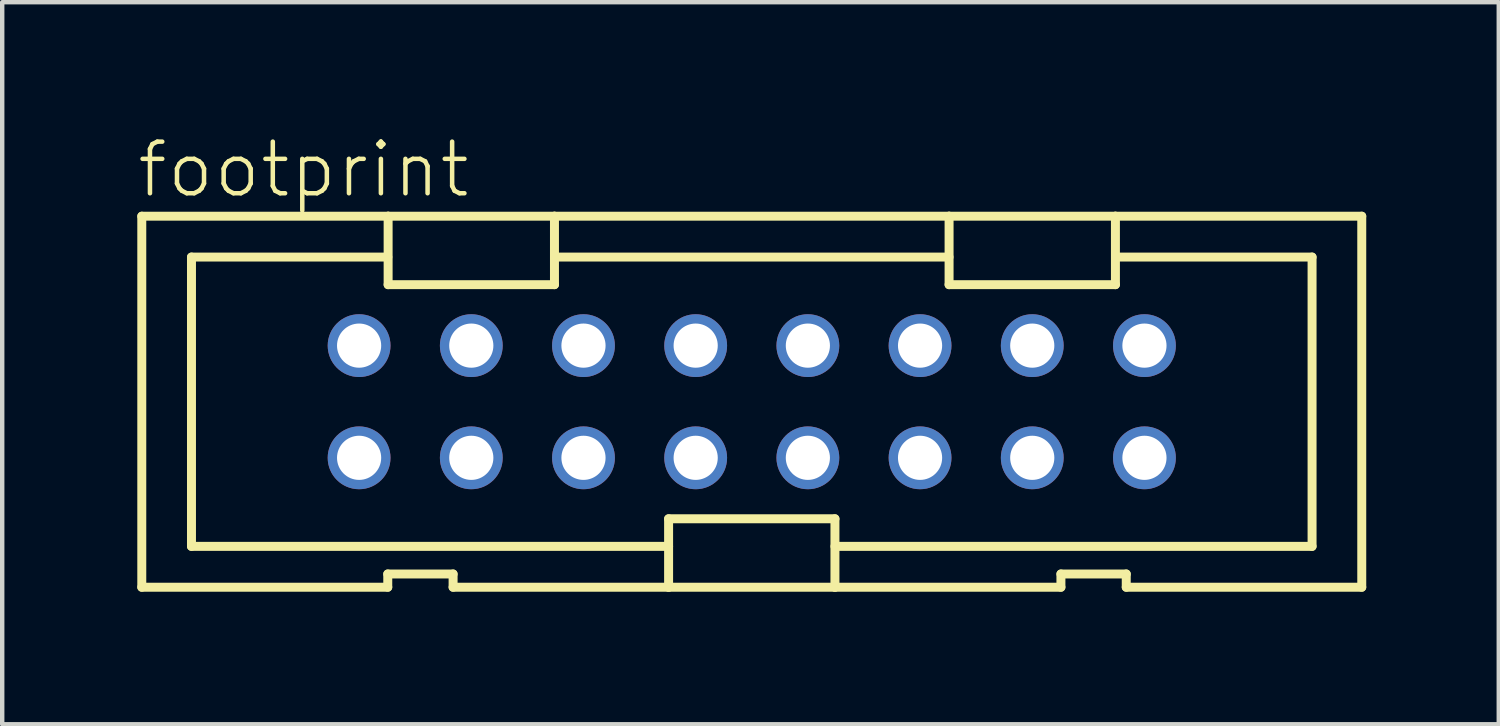
<source format=kicad_pcb>
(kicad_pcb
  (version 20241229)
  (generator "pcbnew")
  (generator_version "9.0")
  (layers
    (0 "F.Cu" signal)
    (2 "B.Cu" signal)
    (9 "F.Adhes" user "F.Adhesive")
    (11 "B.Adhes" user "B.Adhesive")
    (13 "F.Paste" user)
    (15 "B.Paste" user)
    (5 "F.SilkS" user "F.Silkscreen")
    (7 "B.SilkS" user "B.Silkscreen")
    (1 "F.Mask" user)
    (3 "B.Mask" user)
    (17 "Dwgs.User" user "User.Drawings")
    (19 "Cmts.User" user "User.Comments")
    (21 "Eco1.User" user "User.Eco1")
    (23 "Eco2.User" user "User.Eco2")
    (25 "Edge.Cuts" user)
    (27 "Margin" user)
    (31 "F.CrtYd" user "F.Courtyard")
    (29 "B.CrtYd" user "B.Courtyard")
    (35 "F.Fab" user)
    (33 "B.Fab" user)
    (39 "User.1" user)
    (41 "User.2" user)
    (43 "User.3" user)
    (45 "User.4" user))
  (footprint "footprint"
    (layer "F.Cu")
    (at 13.97 6.045)
    (property "Reference" "footprint" (at -13.97 -4.572 0) (layer "F.SilkS") (effects (font (size 1.168 1.168) (thickness 0.102)) (justify left bottom)))
    (fp_line (start -13.81 -4.2) (end -8.233 -4.2) (stroke (width 0.203) (type solid)) (layer "F.SilkS"))
    (fp_line (start -13.81 4.2) (end -13.81 -4.2) (stroke (width 0.203) (type solid)) (layer "F.SilkS"))
    (fp_line (start -12.685 -3.275) (end -8.24 -3.275) (stroke (width 0.203) (type solid)) (layer "F.SilkS"))
    (fp_line (start -12.685 3.275) (end -12.685 -3.275) (stroke (width 0.203) (type solid)) (layer "F.SilkS"))
    (fp_line (start -8.241 3.9) (end -8.241 4.2) (stroke (width 0.203) (type solid)) (layer "F.SilkS"))
    (fp_line (start -8.241 4.2) (end -13.81 4.2) (stroke (width 0.203) (type solid)) (layer "F.SilkS"))
    (fp_line (start -8.233 -4.2) (end -8.233 -2.65) (stroke (width 0.203) (type solid)) (layer "F.SilkS"))
    (fp_line (start -8.233 -4.2) (end -4.467 -4.2) (stroke (width 0.203) (type solid)) (layer "F.SilkS"))
    (fp_line (start -8.233 -2.65) (end -4.467 -2.65) (stroke (width 0.203) (type solid)) (layer "F.SilkS"))
    (fp_line (start -6.762 3.9) (end -8.241 3.9) (stroke (width 0.203) (type solid)) (layer "F.SilkS"))
    (fp_line (start -6.762 4.2) (end -6.762 3.9) (stroke (width 0.203) (type solid)) (layer "F.SilkS"))
    (fp_line (start -4.467 -4.2) (end 4.467 -4.2) (stroke (width 0.203) (type solid)) (layer "F.SilkS"))
    (fp_line (start -4.467 -2.65) (end -4.467 -4.2) (stroke (width 0.203) (type solid)) (layer "F.SilkS"))
    (fp_line (start -4.465 -3.275) (end 4.465 -3.275) (stroke (width 0.203) (type solid)) (layer "F.SilkS"))
    (fp_line (start -1.883 2.65) (end -1.883 4.2) (stroke (width 0.203) (type solid)) (layer "F.SilkS"))
    (fp_line (start -1.883 3.275) (end -12.685 3.275) (stroke (width 0.203) (type solid)) (layer "F.SilkS"))
    (fp_line (start -1.883 4.2) (end -6.762 4.2) (stroke (width 0.203) (type solid)) (layer "F.SilkS"))
    (fp_line (start 1.883 2.65) (end -1.883 2.65) (stroke (width 0.203) (type solid)) (layer "F.SilkS"))
    (fp_line (start 1.883 4.2) (end -1.883 4.2) (stroke (width 0.203) (type solid)) (layer "F.SilkS"))
    (fp_line (start 1.883 4.2) (end 1.883 2.65) (stroke (width 0.203) (type solid)) (layer "F.SilkS"))
    (fp_line (start 4.467 -4.2) (end 4.467 -2.65) (stroke (width 0.203) (type solid)) (layer "F.SilkS"))
    (fp_line (start 4.467 -4.2) (end 8.233 -4.2) (stroke (width 0.203) (type solid)) (layer "F.SilkS"))
    (fp_line (start 4.467 -2.65) (end 8.233 -2.65) (stroke (width 0.203) (type solid)) (layer "F.SilkS"))
    (fp_line (start 6.999 3.9) (end 6.999 4.2) (stroke (width 0.203) (type solid)) (layer "F.SilkS"))
    (fp_line (start 6.999 4.2) (end 1.883 4.2) (stroke (width 0.203) (type solid)) (layer "F.SilkS"))
    (fp_line (start 8.233 -4.2) (end 13.81 -4.2) (stroke (width 0.203) (type solid)) (layer "F.SilkS"))
    (fp_line (start 8.233 -2.65) (end 8.233 -4.2) (stroke (width 0.203) (type solid)) (layer "F.SilkS"))
    (fp_line (start 8.24 -3.275) (end 12.685 -3.275) (stroke (width 0.203) (type solid)) (layer "F.SilkS"))
    (fp_line (start 8.478 3.9) (end 6.999 3.9) (stroke (width 0.203) (type solid)) (layer "F.SilkS"))
    (fp_line (start 8.478 4.2) (end 8.478 3.9) (stroke (width 0.203) (type solid)) (layer "F.SilkS"))
    (fp_line (start 12.685 -3.275) (end 12.685 3.275) (stroke (width 0.203) (type solid)) (layer "F.SilkS"))
    (fp_line (start 12.685 3.275) (end 1.883 3.275) (stroke (width 0.203) (type solid)) (layer "F.SilkS"))
    (fp_line (start 13.81 -4.2) (end 13.81 4.2) (stroke (width 0.203) (type solid)) (layer "F.SilkS"))
    (fp_line (start 13.81 4.2) (end 8.478 4.2) (stroke (width 0.203) (type solid)) (layer "F.SilkS"))
    (pad "1" thru_hole circle (at -8.89 1.27) (size 1.422 1.422) (drill 1) (layers "*.Cu" "*.Mask"))
    (pad "2" thru_hole circle (at -8.89 -1.27) (size 1.422 1.422) (drill 1) (layers "*.Cu" "*.Mask"))
    (pad "3" thru_hole circle (at -6.35 1.27) (size 1.422 1.422) (drill 1) (layers "*.Cu" "*.Mask"))
    (pad "4" thru_hole circle (at -6.35 -1.27) (size 1.422 1.422) (drill 1) (layers "*.Cu" "*.Mask"))
    (pad "5" thru_hole circle (at -3.81 1.27) (size 1.422 1.422) (drill 1) (layers "*.Cu" "*.Mask"))
    (pad "6" thru_hole circle (at -3.81 -1.27) (size 1.422 1.422) (drill 1) (layers "*.Cu" "*.Mask"))
    (pad "7" thru_hole circle (at -1.27 1.27) (size 1.422 1.422) (drill 1) (layers "*.Cu" "*.Mask"))
    (pad "8" thru_hole circle (at -1.27 -1.27) (size 1.422 1.422) (drill 1) (layers "*.Cu" "*.Mask"))
    (pad "9" thru_hole circle (at 1.27 1.27) (size 1.422 1.422) (drill 1) (layers "*.Cu" "*.Mask"))
    (pad "10" thru_hole circle (at 1.27 -1.27) (size 1.422 1.422) (drill 1) (layers "*.Cu" "*.Mask"))
    (pad "11" thru_hole circle (at 3.81 1.27) (size 1.422 1.422) (drill 1) (layers "*.Cu" "*.Mask"))
    (pad "12" thru_hole circle (at 3.81 -1.27) (size 1.422 1.422) (drill 1) (layers "*.Cu" "*.Mask"))
    (pad "13" thru_hole circle (at 6.35 1.27) (size 1.422 1.422) (drill 1) (layers "*.Cu" "*.Mask"))
    (pad "14" thru_hole circle (at 6.35 -1.27) (size 1.422 1.422) (drill 1) (layers "*.Cu" "*.Mask"))
    (pad "15" thru_hole circle (at 8.89 1.27) (size 1.422 1.422) (drill 1) (layers "*.Cu" "*.Mask"))
    (pad "16" thru_hole circle (at 8.89 -1.27) (size 1.422 1.422) (drill 1) (layers "*.Cu" "*.Mask")))
  (gr_rect
    (start -3 -3)
    (end 30.882 13.347)
    (stroke (width 0.1) (type default))
    (fill no)
    (layer "Edge.Cuts")))
</source>
